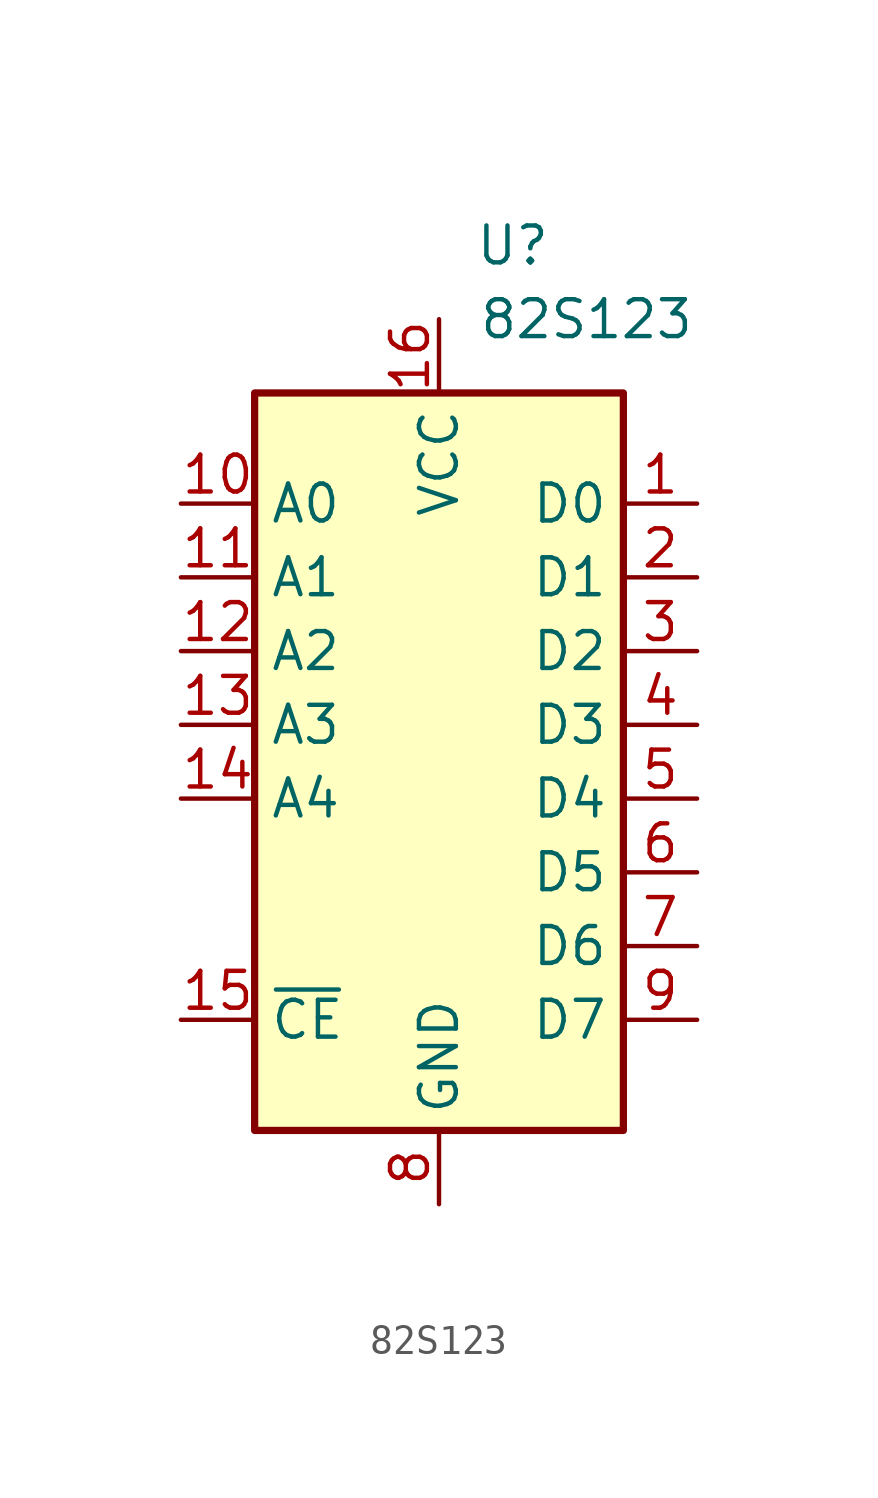
<source format=kicad_sym>
(kicad_symbol_lib
  (version 20220914)
  (generator kicad_symbol_editor)
  (symbol "82S123"
    (property "Reference" "U"
      (at 2.54 2.54 0)
      (effects (font (size 1.27 1.27))))
    (property "Value" "82S123"
      (at 5.08 0 0)
      (effects (font (size 1.27 1.27))))
    (symbol "82S123_1_1"
      (rectangle (start -6.35 -2.54) (end 6.35 -27.94) (stroke (width 0.25) (type default)) (fill (type background)))
      (pin output line (at 8.89 -6.35 180) (length 2.54) (name "D0" (effects (font (size 1.27 1.27)))) (number "1" (effects (font (size 1.27 1.27)))))
      (pin input line (at -8.89 -6.35 0) (length 2.54) (name "A0" (effects (font (size 1.27 1.27)))) (number "10" (effects (font (size 1.27 1.27)))))
      (pin input line (at -8.89 -8.89 0) (length 2.54) (name "A1" (effects (font (size 1.27 1.27)))) (number "11" (effects (font (size 1.27 1.27)))))
      (pin input line (at -8.89 -11.43 0) (length 2.54) (name "A2" (effects (font (size 1.27 1.27)))) (number "12" (effects (font (size 1.27 1.27)))))
      (pin input line (at -8.89 -13.97 0) (length 2.54) (name "A3" (effects (font (size 1.27 1.27)))) (number "13" (effects (font (size 1.27 1.27)))))
      (pin input line (at -8.89 -16.51 0) (length 2.54) (name "A4" (effects (font (size 1.27 1.27)))) (number "14" (effects (font (size 1.27 1.27)))))
      (pin input line (at -8.89 -24.13 0) (length 2.54) (name "~{CE}" (effects (font (size 1.27 1.27)))) (number "15" (effects (font (size 1.27 1.27)))))
      (pin power_in line (at 0 0 270) (length 2.54) (name "VCC" (effects (font (size 1.27 1.27)))) (number "16" (effects (font (size 1.27 1.27)))))
      (pin output line (at 8.89 -8.89 180) (length 2.54) (name "D1" (effects (font (size 1.27 1.27)))) (number "2" (effects (font (size 1.27 1.27)))))
      (pin output line (at 8.89 -11.43 180) (length 2.54) (name "D2" (effects (font (size 1.27 1.27)))) (number "3" (effects (font (size 1.27 1.27)))))
      (pin output line (at 8.89 -13.97 180) (length 2.54) (name "D3" (effects (font (size 1.27 1.27)))) (number "4" (effects (font (size 1.27 1.27)))))
      (pin output line (at 8.89 -16.51 180) (length 2.54) (name "D4" (effects (font (size 1.27 1.27)))) (number "5" (effects (font (size 1.27 1.27)))))
      (pin output line (at 8.89 -19.05 180) (length 2.54) (name "D5" (effects (font (size 1.27 1.27)))) (number "6" (effects (font (size 1.27 1.27)))))
      (pin output line (at 8.89 -21.59 180) (length 2.54) (name "D6" (effects (font (size 1.27 1.27)))) (number "7" (effects (font (size 1.27 1.27)))))
      (pin power_in line (at 0 -30.48 90) (length 2.54) (name "GND" (effects (font (size 1.27 1.27)))) (number "8" (effects (font (size 1.27 1.27)))))
      (pin output line (at 8.89 -24.13 180) (length 2.54) (name "D7" (effects (font (size 1.27 1.27)))) (number "9" (effects (font (size 1.27 1.27))))))))
</source>
